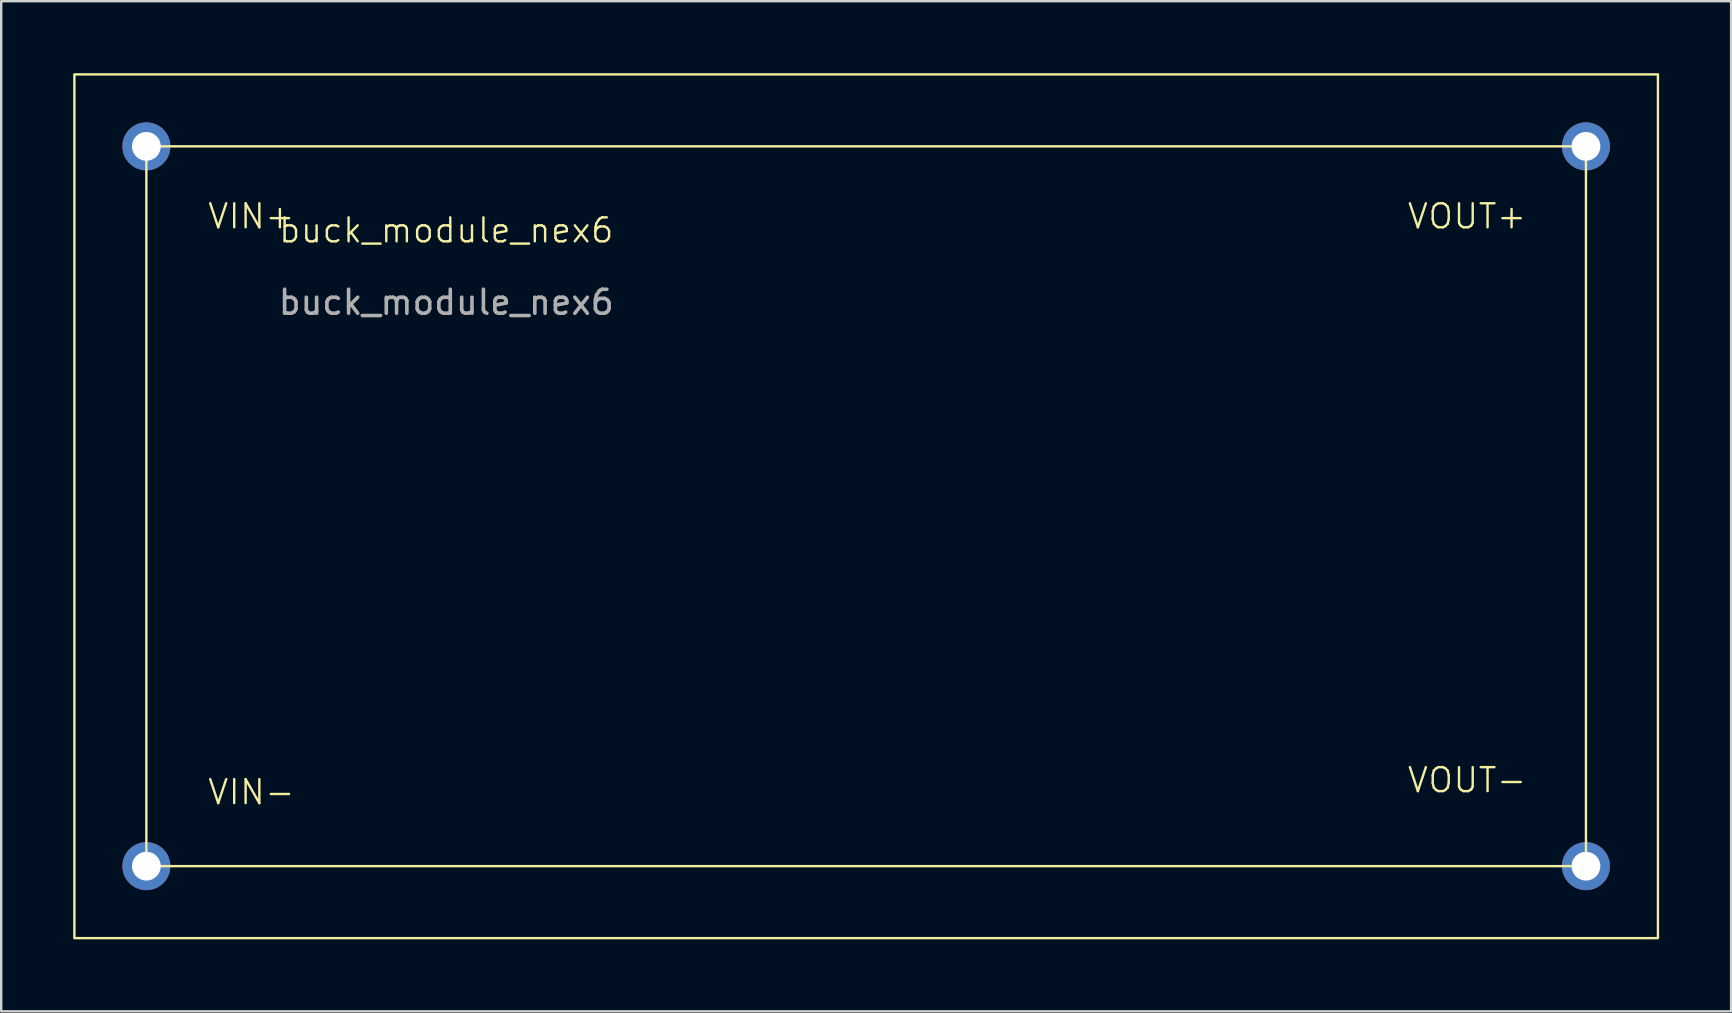
<source format=kicad_pcb>
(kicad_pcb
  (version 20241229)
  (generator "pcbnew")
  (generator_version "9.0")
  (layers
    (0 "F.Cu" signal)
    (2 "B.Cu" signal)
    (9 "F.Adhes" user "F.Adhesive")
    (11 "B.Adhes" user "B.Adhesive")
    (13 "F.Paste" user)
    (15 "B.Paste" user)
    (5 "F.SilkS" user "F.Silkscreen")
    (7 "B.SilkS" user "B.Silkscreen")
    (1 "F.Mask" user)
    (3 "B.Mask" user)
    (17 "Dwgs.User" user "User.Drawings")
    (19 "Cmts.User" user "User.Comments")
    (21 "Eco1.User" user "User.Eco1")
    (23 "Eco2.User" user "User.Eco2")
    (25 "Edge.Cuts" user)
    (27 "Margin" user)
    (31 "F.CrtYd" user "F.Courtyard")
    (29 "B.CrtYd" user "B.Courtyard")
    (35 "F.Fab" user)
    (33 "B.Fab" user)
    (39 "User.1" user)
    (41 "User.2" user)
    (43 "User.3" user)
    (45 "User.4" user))
  (footprint "buck_module_nex6"
    (layer "F.Cu")
    (at 15.55 7.05)
    (property "Reference" "buck_module_nex6" (at 0 -0.5 0) (unlocked yes) (layer "F.SilkS") (effects (font (size 1 1) (thickness 0.1))))
    (attr through_hole)
    (fp_rect (start -15.5 -7) (end 50.5 29) (stroke (width 0.1) (type default)) (fill no) (layer "F.SilkS"))
    (fp_rect (start -12.5 -4) (end 47.5 26) (stroke (width 0.1) (type default)) (fill no) (layer "F.SilkS"))
    (fp_text user "VIN-" (at -10 23.5 0) (unlocked yes) (layer "F.SilkS") (effects (font (size 1 1) (thickness 0.1)) (justify left bottom)))
    (fp_text user "VOUT-" (at 40 23 0) (unlocked yes) (layer "F.SilkS") (effects (font (size 1 1) (thickness 0.1)) (justify left bottom)))
    (fp_text user "VOUT+" (at 40 -0.5 0) (unlocked yes) (layer "F.SilkS") (effects (font (size 1 1) (thickness 0.1)) (justify left bottom)))
    (fp_text user "VIN+" (at -10 -0.5 0) (unlocked yes) (layer "F.SilkS") (effects (font (size 1 1) (thickness 0.1)) (justify left bottom)))
    (fp_text user "${REFERENCE}" (at 0 2.5 0) (unlocked yes) (layer "F.Fab") (effects (font (size 1 1) (thickness 0.15))))
    (pad "1" thru_hole circle (at -12.5 -4) (size 2 2) (drill 1.2) (layers "*.Cu" "*.Mask"))
    (pad "1" thru_hole circle (at -12.5 26) (size 2 2) (drill 1.2) (layers "*.Cu" "*.Mask"))
    (pad "1" thru_hole circle (at 47.5 -4) (size 2 2) (drill 1.2) (layers "*.Cu" "*.Mask"))
    (pad "1" thru_hole circle (at 47.5 26) (size 2 2) (drill 1.2) (layers "*.Cu" "*.Mask")))
  (gr_rect
    (start -3 -3)
    (end 69.1 39.1)
    (stroke (width 0.1) (type default))
    (fill no)
    (layer "Edge.Cuts")))
</source>
